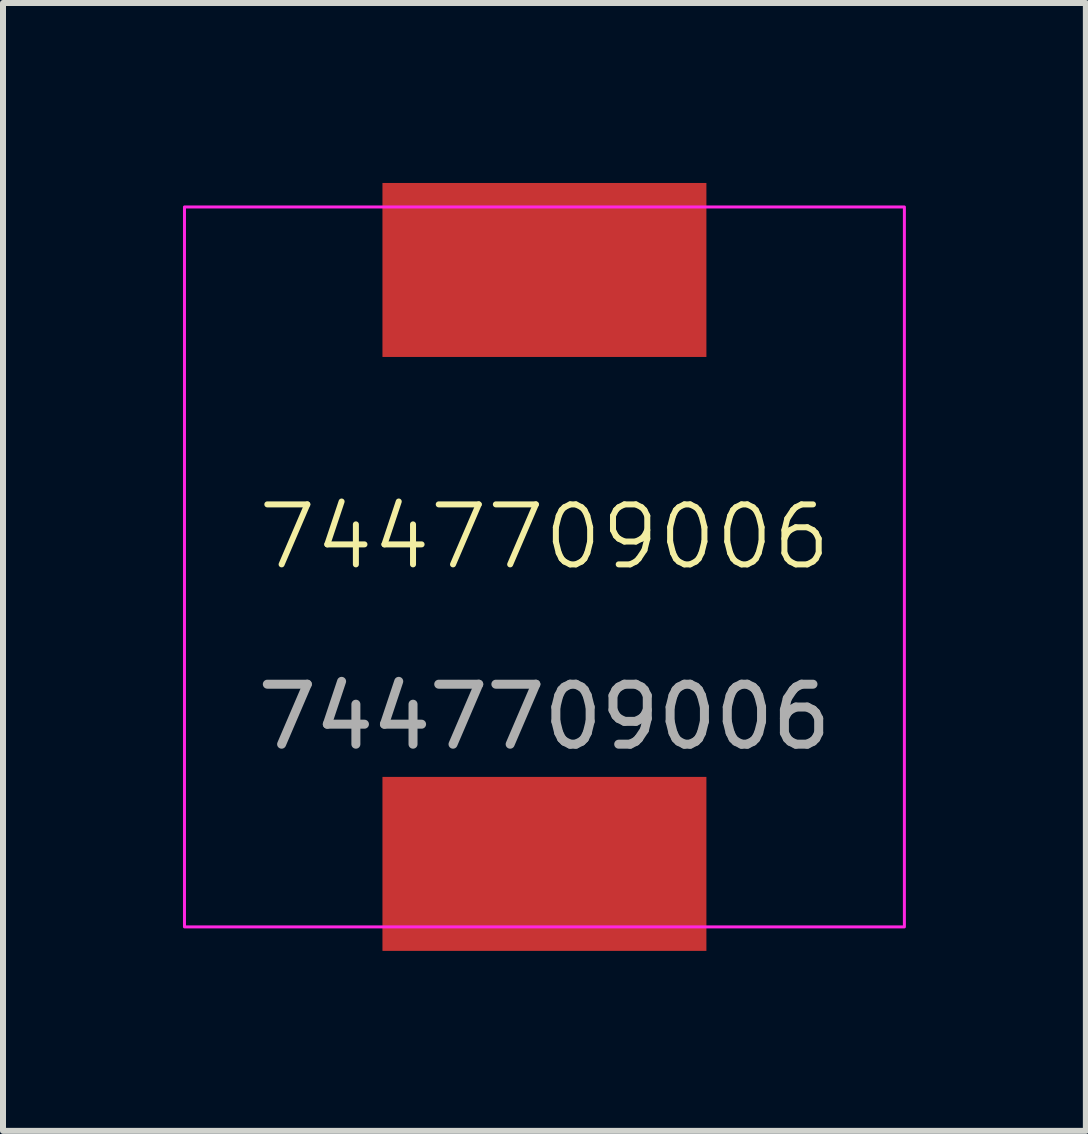
<source format=kicad_pcb>
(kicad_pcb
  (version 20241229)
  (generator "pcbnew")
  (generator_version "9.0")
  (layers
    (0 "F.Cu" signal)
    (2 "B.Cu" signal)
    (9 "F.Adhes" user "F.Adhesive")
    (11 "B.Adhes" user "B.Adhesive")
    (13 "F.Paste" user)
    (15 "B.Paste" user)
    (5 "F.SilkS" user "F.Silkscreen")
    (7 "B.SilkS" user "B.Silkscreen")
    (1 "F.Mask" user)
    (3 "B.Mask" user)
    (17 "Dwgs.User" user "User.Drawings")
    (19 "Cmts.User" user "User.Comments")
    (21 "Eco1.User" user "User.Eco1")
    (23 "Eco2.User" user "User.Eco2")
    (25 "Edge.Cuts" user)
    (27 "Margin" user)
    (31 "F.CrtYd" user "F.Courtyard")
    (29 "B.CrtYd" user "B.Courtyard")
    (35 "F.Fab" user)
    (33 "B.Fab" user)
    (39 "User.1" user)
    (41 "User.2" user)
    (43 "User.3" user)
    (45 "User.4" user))
  (footprint "7447709006"
    (layer "F.Cu")
    (at 6.025 6.4)
    (property "Reference" "7447709006" (at 0 -0.5 0) (unlocked yes) (layer "F.SilkS") (effects (font (size 1 1) (thickness 0.1))))
    (attr smd)
    (fp_rect (start -6 -6) (end 6 6) (stroke (width 0.05) (type default)) (fill no) (layer "F.CrtYd"))
    (fp_text user "${REFERENCE}" (at 0 2.5 0) (unlocked yes) (layer "F.Fab") (effects (font (size 1 1) (thickness 0.15))))
    (pad "1" smd rect (at 0 -4.95) (size 5.4 2.9) (layers "F.Cu" "F.Mask" "F.Paste"))
    (pad "2" smd rect (at 0 4.95) (size 5.4 2.9) (layers "F.Cu" "F.Mask" "F.Paste")))
  (gr_rect
    (start -3 -3)
    (end 15.05 15.8)
    (stroke (width 0.1) (type default))
    (fill no)
    (layer "Edge.Cuts")))
</source>
